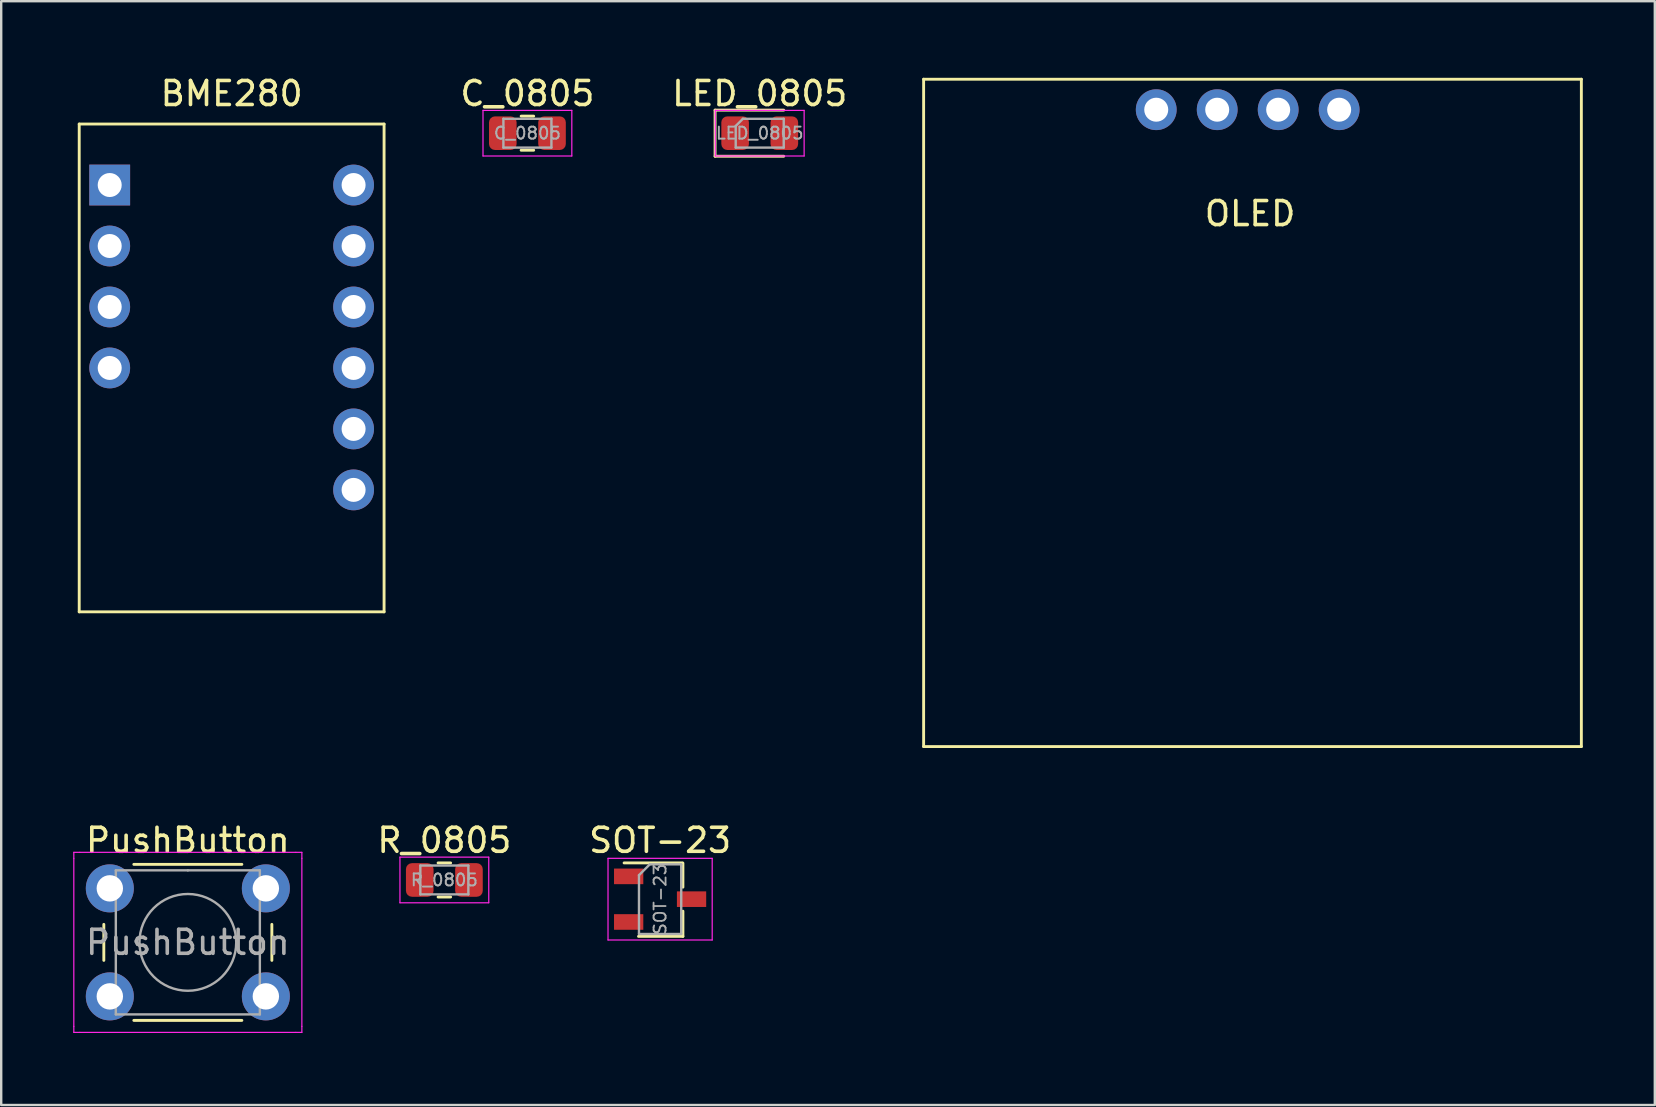
<source format=kicad_pcb>
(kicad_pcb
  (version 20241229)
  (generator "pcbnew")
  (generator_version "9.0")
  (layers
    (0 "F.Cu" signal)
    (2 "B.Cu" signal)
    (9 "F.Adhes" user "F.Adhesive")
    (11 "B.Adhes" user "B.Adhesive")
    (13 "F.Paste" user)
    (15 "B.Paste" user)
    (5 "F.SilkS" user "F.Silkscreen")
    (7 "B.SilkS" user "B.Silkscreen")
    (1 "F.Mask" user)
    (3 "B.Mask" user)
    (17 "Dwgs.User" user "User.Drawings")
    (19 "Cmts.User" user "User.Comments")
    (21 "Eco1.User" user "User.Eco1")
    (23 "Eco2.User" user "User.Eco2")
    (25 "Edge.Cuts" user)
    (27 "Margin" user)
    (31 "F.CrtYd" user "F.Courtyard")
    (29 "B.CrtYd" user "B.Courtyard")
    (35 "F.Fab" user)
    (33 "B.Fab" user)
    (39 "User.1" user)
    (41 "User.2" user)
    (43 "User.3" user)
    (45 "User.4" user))
  (footprint "LED_0805"
    (layer "F.Cu")
    (at 28.599 2.498)
    (property "Reference" "LED_0805" (at 0 -1.65 0) (layer "F.SilkS") (effects (font (size 1 1) (thickness 0.15))))
    (attr smd)
    (fp_line (start -1.86 -0.96) (end -1.86 0.96) (stroke (width 0.12) (type solid)) (layer "F.SilkS"))
    (fp_line (start -1.86 0.96) (end 1 0.96) (stroke (width 0.12) (type solid)) (layer "F.SilkS"))
    (fp_line (start 1 -0.96) (end -1.86 -0.96) (stroke (width 0.12) (type solid)) (layer "F.SilkS"))
    (fp_line (start -1.85 -0.95) (end 1.85 -0.95) (stroke (width 0.05) (type solid)) (layer "F.CrtYd"))
    (fp_line (start -1.85 0.95) (end -1.85 -0.95) (stroke (width 0.05) (type solid)) (layer "F.CrtYd"))
    (fp_line (start 1.85 -0.95) (end 1.85 0.95) (stroke (width 0.05) (type solid)) (layer "F.CrtYd"))
    (fp_line (start 1.85 0.95) (end -1.85 0.95) (stroke (width 0.05) (type solid)) (layer "F.CrtYd"))
    (fp_line (start -1 -0.3) (end -1 0.6) (stroke (width 0.1) (type solid)) (layer "F.Fab"))
    (fp_line (start -1 0.6) (end 1 0.6) (stroke (width 0.1) (type solid)) (layer "F.Fab"))
    (fp_line (start -0.7 -0.6) (end -1 -0.3) (stroke (width 0.1) (type solid)) (layer "F.Fab"))
    (fp_line (start 1 -0.6) (end -0.7 -0.6) (stroke (width 0.1) (type solid)) (layer "F.Fab"))
    (fp_line (start 1 0.6) (end 1 -0.6) (stroke (width 0.1) (type solid)) (layer "F.Fab"))
    (fp_text user "${REFERENCE}" (at 0 0 0) (layer "F.Fab") (effects (font (size 0.5 0.5) (thickness 0.08))))
    (pad "1" smd roundrect (at -1.025 0) (size 1.15 1.4) (layers "F.Cu" "F.Mask" "F.Paste") (roundrect_rratio 0.217))
    (pad "2" smd roundrect (at 1.025 0) (size 1.15 1.4) (layers "F.Cu" "F.Mask" "F.Paste") (roundrect_rratio 0.217)))
  (footprint "PushButton"
    (layer "F.Cu")
    (at 1.525 33.958)
    (property "Reference" "PushButton" (at 3.25 -2 0) (layer "F.SilkS") (effects (font (size 1 1) (thickness 0.15))))
    (attr through_hole)
    (fp_line (start -0.25 1.5) (end -0.25 3) (stroke (width 0.12) (type solid)) (layer "F.SilkS"))
    (fp_line (start 1 5.5) (end 5.5 5.5) (stroke (width 0.12) (type solid)) (layer "F.SilkS"))
    (fp_line (start 5.5 -1) (end 1 -1) (stroke (width 0.12) (type solid)) (layer "F.SilkS"))
    (fp_line (start 6.75 3) (end 6.75 1.5) (stroke (width 0.12) (type solid)) (layer "F.SilkS"))
    (fp_line (start -1.5 -1.5) (end -1.25 -1.5) (stroke (width 0.05) (type solid)) (layer "F.CrtYd"))
    (fp_line (start -1.5 -1.25) (end -1.5 -1.5) (stroke (width 0.05) (type solid)) (layer "F.CrtYd"))
    (fp_line (start -1.5 5.75) (end -1.5 -1.25) (stroke (width 0.05) (type solid)) (layer "F.CrtYd"))
    (fp_line (start -1.5 5.75) (end -1.5 6) (stroke (width 0.05) (type solid)) (layer "F.CrtYd"))
    (fp_line (start -1.5 6) (end -1.25 6) (stroke (width 0.05) (type solid)) (layer "F.CrtYd"))
    (fp_line (start -1.25 -1.5) (end 7.75 -1.5) (stroke (width 0.05) (type solid)) (layer "F.CrtYd"))
    (fp_line (start 7.75 -1.5) (end 8 -1.5) (stroke (width 0.05) (type solid)) (layer "F.CrtYd"))
    (fp_line (start 7.75 6) (end -1.25 6) (stroke (width 0.05) (type solid)) (layer "F.CrtYd"))
    (fp_line (start 7.75 6) (end 8 6) (stroke (width 0.05) (type solid)) (layer "F.CrtYd"))
    (fp_line (start 8 -1.5) (end 8 -1.25) (stroke (width 0.05) (type solid)) (layer "F.CrtYd"))
    (fp_line (start 8 -1.25) (end 8 5.75) (stroke (width 0.05) (type solid)) (layer "F.CrtYd"))
    (fp_line (start 8 6) (end 8 5.75) (stroke (width 0.05) (type solid)) (layer "F.CrtYd"))
    (fp_line (start 0.25 -0.75) (end 3.25 -0.75) (stroke (width 0.1) (type solid)) (layer "F.Fab"))
    (fp_line (start 0.25 5.25) (end 0.25 -0.75) (stroke (width 0.1) (type solid)) (layer "F.Fab"))
    (fp_line (start 3.25 -0.75) (end 6.25 -0.75) (stroke (width 0.1) (type solid)) (layer "F.Fab"))
    (fp_line (start 6.25 -0.75) (end 6.25 5.25) (stroke (width 0.1) (type solid)) (layer "F.Fab"))
    (fp_line (start 6.25 5.25) (end 0.25 5.25) (stroke (width 0.1) (type solid)) (layer "F.Fab"))
    (fp_circle (center 3.25 2.25) (end 1.25 2.5) (stroke (width 0.1) (type solid)) (fill no) (layer "F.Fab"))
    (fp_text user "${REFERENCE}" (at 3.25 2.25 0) (layer "F.Fab") (effects (font (size 1 1) (thickness 0.15))))
    (pad "1" thru_hole circle (at 0 0 90) (size 2 2) (drill 1.1) (layers "*.Cu" "*.Mask"))
    (pad "1" thru_hole circle (at 6.5 0 90) (size 2 2) (drill 1.1) (layers "*.Cu" "*.Mask"))
    (pad "2" thru_hole circle (at 0 4.5 90) (size 2 2) (drill 1.1) (layers "*.Cu" "*.Mask"))
    (pad "2" thru_hole circle (at 6.5 4.5 90) (size 2 2) (drill 1.1) (layers "*.Cu" "*.Mask")))
  (footprint "SOT-23"
    (layer "F.Cu")
    (at 24.449 34.408)
    (property "Reference" "SOT-23" (at 0 -2.45 0) (layer "F.SilkS") (effects (font (size 1 1) (thickness 0.15))))
    (attr smd)
    (fp_line (start 0.93 -1.51) (end -1.5 -1.51) (stroke (width 0.12) (type solid)) (layer "F.SilkS"))
    (fp_line (start 0.95 -1.5) (end 0.95 -0.5) (stroke (width 0.12) (type solid)) (layer "F.SilkS"))
    (fp_line (start 0.95 0.5) (end 0.95 1.55) (stroke (width 0.12) (type solid)) (layer "F.SilkS"))
    (fp_line (start 0.95 1.55) (end -0.9 1.55) (stroke (width 0.12) (type solid)) (layer "F.SilkS"))
    (fp_line (start -2.17 -1.7) (end -2.17 1.7) (stroke (width 0.05) (type solid)) (layer "F.CrtYd"))
    (fp_line (start -2.17 -1.7) (end 2.17 -1.7) (stroke (width 0.05) (type solid)) (layer "F.CrtYd"))
    (fp_line (start 2.17 1.7) (end -2.17 1.7) (stroke (width 0.05) (type solid)) (layer "F.CrtYd"))
    (fp_line (start 2.17 1.7) (end 2.17 -1.7) (stroke (width 0.05) (type solid)) (layer "F.CrtYd"))
    (fp_line (start -0.88 -1) (end -0.88 1.45) (stroke (width 0.1) (type solid)) (layer "F.Fab"))
    (fp_line (start -0.88 -1) (end -0.43 -1.45) (stroke (width 0.1) (type solid)) (layer "F.Fab"))
    (fp_line (start 0.88 -1.45) (end -0.43 -1.45) (stroke (width 0.1) (type solid)) (layer "F.Fab"))
    (fp_line (start 0.88 -1.45) (end 0.88 1.45) (stroke (width 0.1) (type solid)) (layer "F.Fab"))
    (fp_line (start 0.88 1.45) (end -0.88 1.45) (stroke (width 0.1) (type solid)) (layer "F.Fab"))
    (fp_text user "${REFERENCE}" (at 0 0 90) (layer "F.Fab") (effects (font (size 0.5 0.5) (thickness 0.075))))
    (pad "1" smd rect (at -1.31 -0.95) (size 1.22 0.65) (layers "F.Cu" "F.Mask" "F.Paste"))
    (pad "2" smd rect (at -1.31 0.95) (size 1.22 0.65) (layers "F.Cu" "F.Mask" "F.Paste"))
    (pad "3" smd rect (at 1.31 0) (size 1.22 0.65) (layers "F.Cu" "F.Mask" "F.Paste")))
  (footprint "OLED"
    (layer "F.Cu")
    (at 48.927 0.25)
    (property "Reference" "OLED" (at 0.1 5.6 0) (layer "F.SilkS") (effects (font (size 1 1) (thickness 0.15))))
    (attr through_hole)
    (fp_line (start -13.5 0) (end 13.9 0) (stroke (width 0.12) (type solid)) (layer "F.SilkS"))
    (fp_line (start -13.5 27.8) (end -13.5 0) (stroke (width 0.12) (type solid)) (layer "F.SilkS"))
    (fp_line (start 13.9 0) (end 13.9 27.8) (stroke (width 0.12) (type solid)) (layer "F.SilkS"))
    (fp_line (start 13.9 27.8) (end -13.5 27.8) (stroke (width 0.12) (type solid)) (layer "F.SilkS"))
    (pad "1" thru_hole circle (at -3.81 1.27) (size 1.7 1.7) (drill 1) (layers "*.Cu" "*.Mask"))
    (pad "2" thru_hole circle (at -1.27 1.27) (size 1.7 1.7) (drill 1) (layers "*.Cu" "*.Mask"))
    (pad "3" thru_hole circle (at 1.27 1.27) (size 1.7 1.7) (drill 1) (layers "*.Cu" "*.Mask"))
    (pad "4" thru_hole circle (at 3.81 1.27) (size 1.7 1.7) (drill 1) (layers "*.Cu" "*.Mask")))
  (footprint "C_0805"
    (layer "F.Cu")
    (at 18.921 2.498)
    (property "Reference" "C_0805" (at 0 -1.65 0) (layer "F.SilkS") (effects (font (size 1 1) (thickness 0.15))))
    (attr smd)
    (fp_line (start -0.261 -0.71) (end 0.261 -0.71) (stroke (width 0.12) (type solid)) (layer "F.SilkS"))
    (fp_line (start -0.261 0.71) (end 0.261 0.71) (stroke (width 0.12) (type solid)) (layer "F.SilkS"))
    (fp_line (start -1.85 -0.95) (end 1.85 -0.95) (stroke (width 0.05) (type solid)) (layer "F.CrtYd"))
    (fp_line (start -1.85 0.95) (end -1.85 -0.95) (stroke (width 0.05) (type solid)) (layer "F.CrtYd"))
    (fp_line (start 1.85 -0.95) (end 1.85 0.95) (stroke (width 0.05) (type solid)) (layer "F.CrtYd"))
    (fp_line (start 1.85 0.95) (end -1.85 0.95) (stroke (width 0.05) (type solid)) (layer "F.CrtYd"))
    (fp_line (start -1 -0.6) (end 1 -0.6) (stroke (width 0.1) (type solid)) (layer "F.Fab"))
    (fp_line (start -1 0.6) (end -1 -0.6) (stroke (width 0.1) (type solid)) (layer "F.Fab"))
    (fp_line (start 1 -0.6) (end 1 0.6) (stroke (width 0.1) (type solid)) (layer "F.Fab"))
    (fp_line (start 1 0.6) (end -1 0.6) (stroke (width 0.1) (type solid)) (layer "F.Fab"))
    (fp_text user "${REFERENCE}" (at 0 0 0) (layer "F.Fab") (effects (font (size 0.5 0.5) (thickness 0.08))))
    (pad "1" smd roundrect (at -1.025 0) (size 1.15 1.4) (layers "F.Cu" "F.Mask" "F.Paste") (roundrect_rratio 0.217))
    (pad "2" smd roundrect (at 1.025 0) (size 1.15 1.4) (layers "F.Cu" "F.Mask" "F.Paste") (roundrect_rratio 0.217)))
  (footprint "BME280"
    (layer "F.Cu")
    (at 0.25 2.118)
    (property "Reference" "BME280" (at 6.35 -1.27 0) (layer "F.SilkS") (effects (font (size 1 1) (thickness 0.15))))
    (attr through_hole)
    (fp_line (start 0 0) (end 0 20.32) (stroke (width 0.12) (type solid)) (layer "F.SilkS"))
    (fp_line (start 0 20.32) (end 12.7 20.32) (stroke (width 0.12) (type solid)) (layer "F.SilkS"))
    (fp_line (start 12.7 0) (end 0 0) (stroke (width 0.12) (type solid)) (layer "F.SilkS"))
    (fp_line (start 12.7 20.32) (end 12.7 0) (stroke (width 0.12) (type solid)) (layer "F.SilkS"))
    (pad "1" thru_hole rect (at 1.27 2.54) (size 1.7 1.7) (drill 1) (layers "*.Cu" "*.Mask"))
    (pad "2" thru_hole circle (at 1.27 5.08) (size 1.7 1.7) (drill 1) (layers "*.Cu" "*.Mask"))
    (pad "3" thru_hole circle (at 1.27 7.62) (size 1.7 1.7) (drill 1) (layers "*.Cu" "*.Mask"))
    (pad "4" thru_hole circle (at 1.27 10.16) (size 1.7 1.7) (drill 1) (layers "*.Cu" "*.Mask"))
    (pad "5" thru_hole circle (at 11.43 2.54) (size 1.7 1.7) (drill 1) (layers "*.Cu" "*.Mask"))
    (pad "6" thru_hole circle (at 11.43 5.08) (size 1.7 1.7) (drill 1) (layers "*.Cu" "*.Mask"))
    (pad "7" thru_hole circle (at 11.43 7.62) (size 1.7 1.7) (drill 1) (layers "*.Cu" "*.Mask"))
    (pad "8" thru_hole circle (at 11.43 10.16) (size 1.7 1.7) (drill 1) (layers "*.Cu" "*.Mask"))
    (pad "9" thru_hole circle (at 11.43 12.7) (size 1.7 1.7) (drill 1) (layers "*.Cu" "*.Mask"))
    (pad "10" thru_hole circle (at 11.43 15.24) (size 1.7 1.7) (drill 1) (layers "*.Cu" "*.Mask")))
  (footprint "R_0805"
    (layer "F.Cu")
    (at 15.461 33.608)
    (property "Reference" "R_0805" (at 0 -1.65 0) (layer "F.SilkS") (effects (font (size 1 1) (thickness 0.15))))
    (attr smd)
    (fp_line (start -0.261 -0.71) (end 0.261 -0.71) (stroke (width 0.12) (type solid)) (layer "F.SilkS"))
    (fp_line (start -0.261 0.71) (end 0.261 0.71) (stroke (width 0.12) (type solid)) (layer "F.SilkS"))
    (fp_line (start -1.85 -0.95) (end 1.85 -0.95) (stroke (width 0.05) (type solid)) (layer "F.CrtYd"))
    (fp_line (start -1.85 0.95) (end -1.85 -0.95) (stroke (width 0.05) (type solid)) (layer "F.CrtYd"))
    (fp_line (start 1.85 -0.95) (end 1.85 0.95) (stroke (width 0.05) (type solid)) (layer "F.CrtYd"))
    (fp_line (start 1.85 0.95) (end -1.85 0.95) (stroke (width 0.05) (type solid)) (layer "F.CrtYd"))
    (fp_line (start -1 -0.6) (end 1 -0.6) (stroke (width 0.1) (type solid)) (layer "F.Fab"))
    (fp_line (start -1 0.6) (end -1 -0.6) (stroke (width 0.1) (type solid)) (layer "F.Fab"))
    (fp_line (start 1 -0.6) (end 1 0.6) (stroke (width 0.1) (type solid)) (layer "F.Fab"))
    (fp_line (start 1 0.6) (end -1 0.6) (stroke (width 0.1) (type solid)) (layer "F.Fab"))
    (fp_text user "${REFERENCE}" (at 0 0 0) (layer "F.Fab") (effects (font (size 0.5 0.5) (thickness 0.08))))
    (pad "1" smd roundrect (at -1.025 0) (size 1.15 1.4) (layers "F.Cu" "F.Mask" "F.Paste") (roundrect_rratio 0.217))
    (pad "2" smd roundrect (at 1.025 0) (size 1.15 1.4) (layers "F.Cu" "F.Mask" "F.Paste") (roundrect_rratio 0.217)))
  (gr_rect
    (start -3 -3)
    (end 65.887 42.983)
    (stroke (width 0.1) (type default))
    (fill no)
    (layer "Edge.Cuts")))
</source>
